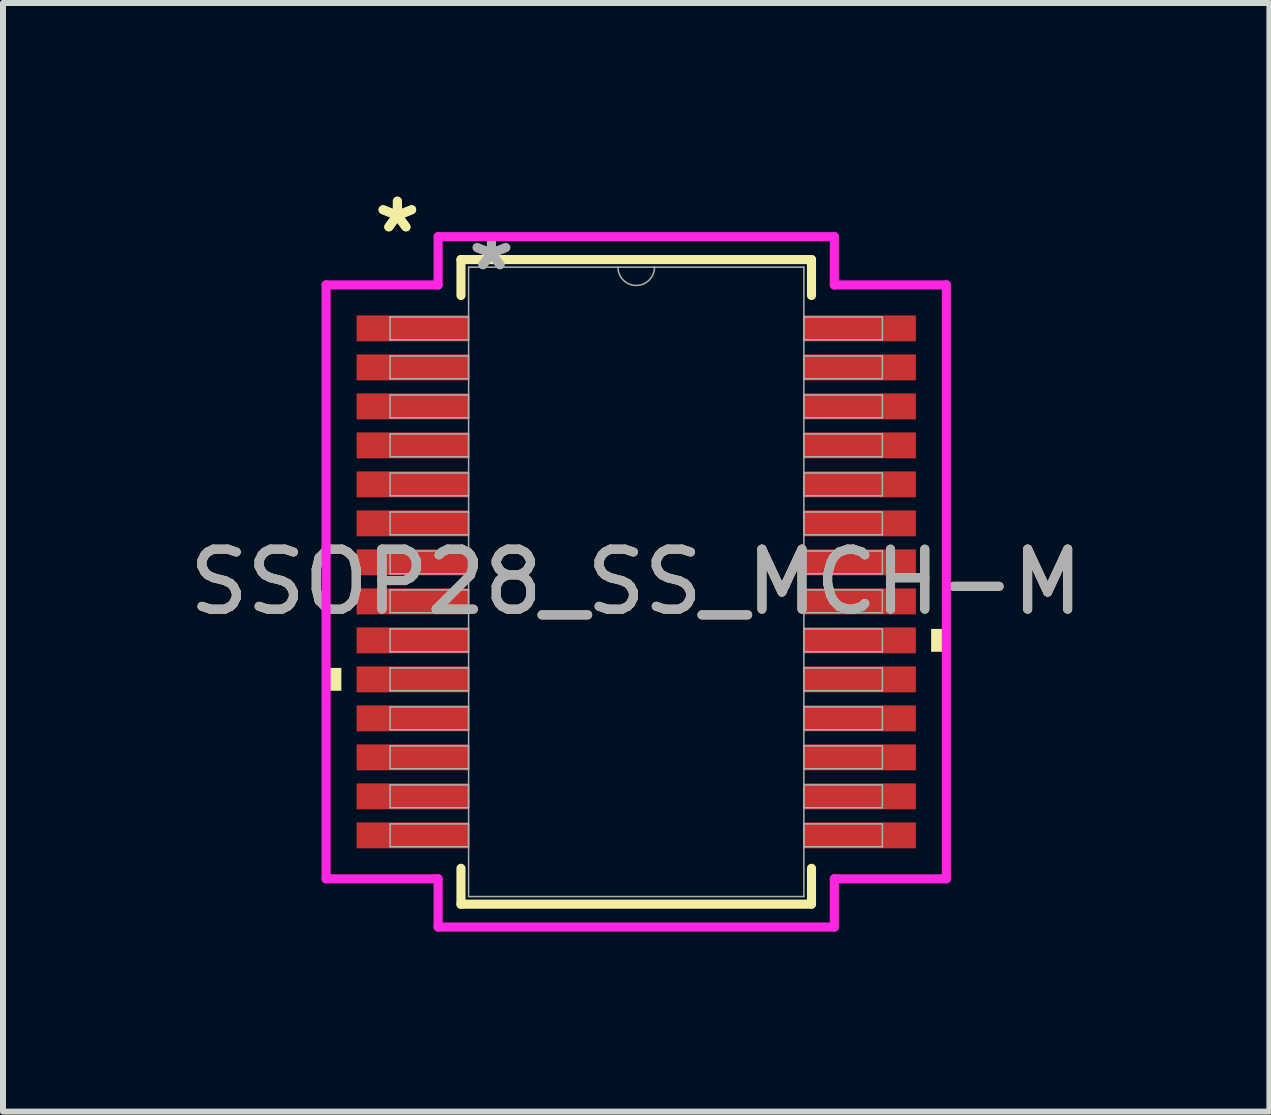
<source format=kicad_pcb>
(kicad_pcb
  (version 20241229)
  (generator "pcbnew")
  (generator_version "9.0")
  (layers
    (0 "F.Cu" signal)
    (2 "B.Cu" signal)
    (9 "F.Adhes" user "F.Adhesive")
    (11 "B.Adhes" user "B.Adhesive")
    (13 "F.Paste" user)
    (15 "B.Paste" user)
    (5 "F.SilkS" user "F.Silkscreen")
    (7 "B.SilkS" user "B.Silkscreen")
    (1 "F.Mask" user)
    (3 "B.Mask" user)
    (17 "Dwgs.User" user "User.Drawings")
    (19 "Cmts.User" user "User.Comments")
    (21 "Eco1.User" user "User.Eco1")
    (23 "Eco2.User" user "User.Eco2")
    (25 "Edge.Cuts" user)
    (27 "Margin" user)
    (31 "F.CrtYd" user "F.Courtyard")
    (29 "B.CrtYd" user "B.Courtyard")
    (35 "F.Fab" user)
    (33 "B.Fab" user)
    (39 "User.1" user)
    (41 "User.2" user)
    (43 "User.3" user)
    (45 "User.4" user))
  (footprint "SSOP28_SS_MCH-M"
    (layer "F.Cu")
    (at 7.554 6.648)
    (property "Reference" "SSOP28_SS_MCH-M" (at 0 0 0) (unlocked yes) (layer "F.SilkS") (effects (font (size 1 1) (thickness 0.15))))
    (attr smd)
    (fp_line (start -2.921 -5.372) (end -2.921 -4.774) (stroke (width 0.152) (type solid)) (layer "F.SilkS"))
    (fp_line (start -2.921 4.774) (end -2.921 5.372) (stroke (width 0.152) (type solid)) (layer "F.SilkS"))
    (fp_line (start -2.921 5.372) (end 2.921 5.372) (stroke (width 0.152) (type solid)) (layer "F.SilkS"))
    (fp_line (start 2.921 -5.372) (end -2.921 -5.372) (stroke (width 0.152) (type solid)) (layer "F.SilkS"))
    (fp_line (start 2.921 -4.774) (end 2.921 -5.372) (stroke (width 0.152) (type solid)) (layer "F.SilkS"))
    (fp_line (start 2.921 5.372) (end 2.921 4.774) (stroke (width 0.152) (type solid)) (layer "F.SilkS"))
    (fp_poly (pts (xy -5.169 1.434) (xy -5.169 1.815) (xy -4.915 1.815) (xy -4.915 1.434)) (stroke (width 0) (type solid)) (fill yes) (layer "F.SilkS"))
    (fp_poly (pts (xy 5.169 0.784) (xy 5.169 1.165) (xy 4.915 1.165) (xy 4.915 0.784)) (stroke (width 0) (type solid)) (fill yes) (layer "F.SilkS"))
    (fp_line (start -5.169 -4.949) (end -3.302 -4.949) (stroke (width 0.152) (type solid)) (layer "F.CrtYd"))
    (fp_line (start -5.169 4.949) (end -5.169 -4.949) (stroke (width 0.152) (type solid)) (layer "F.CrtYd"))
    (fp_line (start -5.169 4.949) (end -3.302 4.949) (stroke (width 0.152) (type solid)) (layer "F.CrtYd"))
    (fp_line (start -3.302 -5.753) (end 3.302 -5.753) (stroke (width 0.152) (type solid)) (layer "F.CrtYd"))
    (fp_line (start -3.302 -4.949) (end -3.302 -5.753) (stroke (width 0.152) (type solid)) (layer "F.CrtYd"))
    (fp_line (start -3.302 5.753) (end -3.302 4.949) (stroke (width 0.152) (type solid)) (layer "F.CrtYd"))
    (fp_line (start 3.302 -5.753) (end 3.302 -4.949) (stroke (width 0.152) (type solid)) (layer "F.CrtYd"))
    (fp_line (start 3.302 4.949) (end 3.302 5.753) (stroke (width 0.152) (type solid)) (layer "F.CrtYd"))
    (fp_line (start 3.302 5.753) (end -3.302 5.753) (stroke (width 0.152) (type solid)) (layer "F.CrtYd"))
    (fp_line (start 5.169 -4.949) (end 3.302 -4.949) (stroke (width 0.152) (type solid)) (layer "F.CrtYd"))
    (fp_line (start 5.169 -4.949) (end 5.169 4.949) (stroke (width 0.152) (type solid)) (layer "F.CrtYd"))
    (fp_line (start 5.169 4.949) (end 3.302 4.949) (stroke (width 0.152) (type solid)) (layer "F.CrtYd"))
    (fp_line (start -4.102 -4.415) (end -4.102 -4.034) (stroke (width 0.025) (type solid)) (layer "F.Fab"))
    (fp_line (start -4.102 -4.034) (end -2.794 -4.034) (stroke (width 0.025) (type solid)) (layer "F.Fab"))
    (fp_line (start -4.102 -3.765) (end -4.102 -3.384) (stroke (width 0.025) (type solid)) (layer "F.Fab"))
    (fp_line (start -4.102 -3.384) (end -2.794 -3.384) (stroke (width 0.025) (type solid)) (layer "F.Fab"))
    (fp_line (start -4.102 -3.115) (end -4.102 -2.734) (stroke (width 0.025) (type solid)) (layer "F.Fab"))
    (fp_line (start -4.102 -2.734) (end -2.794 -2.734) (stroke (width 0.025) (type solid)) (layer "F.Fab"))
    (fp_line (start -4.102 -2.465) (end -4.102 -2.084) (stroke (width 0.025) (type solid)) (layer "F.Fab"))
    (fp_line (start -4.102 -2.084) (end -2.794 -2.084) (stroke (width 0.025) (type solid)) (layer "F.Fab"))
    (fp_line (start -4.102 -1.815) (end -4.102 -1.434) (stroke (width 0.025) (type solid)) (layer "F.Fab"))
    (fp_line (start -4.102 -1.434) (end -2.794 -1.434) (stroke (width 0.025) (type solid)) (layer "F.Fab"))
    (fp_line (start -4.102 -1.165) (end -4.102 -0.784) (stroke (width 0.025) (type solid)) (layer "F.Fab"))
    (fp_line (start -4.102 -0.784) (end -2.794 -0.784) (stroke (width 0.025) (type solid)) (layer "F.Fab"))
    (fp_line (start -4.102 -0.515) (end -4.102 -0.134) (stroke (width 0.025) (type solid)) (layer "F.Fab"))
    (fp_line (start -4.102 -0.134) (end -2.794 -0.134) (stroke (width 0.025) (type solid)) (layer "F.Fab"))
    (fp_line (start -4.102 0.134) (end -4.102 0.515) (stroke (width 0.025) (type solid)) (layer "F.Fab"))
    (fp_line (start -4.102 0.515) (end -2.794 0.515) (stroke (width 0.025) (type solid)) (layer "F.Fab"))
    (fp_line (start -4.102 0.784) (end -4.102 1.165) (stroke (width 0.025) (type solid)) (layer "F.Fab"))
    (fp_line (start -4.102 1.165) (end -2.794 1.165) (stroke (width 0.025) (type solid)) (layer "F.Fab"))
    (fp_line (start -4.102 1.434) (end -4.102 1.815) (stroke (width 0.025) (type solid)) (layer "F.Fab"))
    (fp_line (start -4.102 1.815) (end -2.794 1.815) (stroke (width 0.025) (type solid)) (layer "F.Fab"))
    (fp_line (start -4.102 2.084) (end -4.102 2.465) (stroke (width 0.025) (type solid)) (layer "F.Fab"))
    (fp_line (start -4.102 2.465) (end -2.794 2.465) (stroke (width 0.025) (type solid)) (layer "F.Fab"))
    (fp_line (start -4.102 2.734) (end -4.102 3.115) (stroke (width 0.025) (type solid)) (layer "F.Fab"))
    (fp_line (start -4.102 3.115) (end -2.794 3.115) (stroke (width 0.025) (type solid)) (layer "F.Fab"))
    (fp_line (start -4.102 3.384) (end -4.102 3.765) (stroke (width 0.025) (type solid)) (layer "F.Fab"))
    (fp_line (start -4.102 3.765) (end -2.794 3.765) (stroke (width 0.025) (type solid)) (layer "F.Fab"))
    (fp_line (start -4.102 4.034) (end -4.102 4.415) (stroke (width 0.025) (type solid)) (layer "F.Fab"))
    (fp_line (start -4.102 4.415) (end -2.794 4.415) (stroke (width 0.025) (type solid)) (layer "F.Fab"))
    (fp_line (start -2.794 -5.245) (end -2.794 5.245) (stroke (width 0.025) (type solid)) (layer "F.Fab"))
    (fp_line (start -2.794 -4.415) (end -4.102 -4.415) (stroke (width 0.025) (type solid)) (layer "F.Fab"))
    (fp_line (start -2.794 -4.034) (end -2.794 -4.415) (stroke (width 0.025) (type solid)) (layer "F.Fab"))
    (fp_line (start -2.794 -3.765) (end -4.102 -3.765) (stroke (width 0.025) (type solid)) (layer "F.Fab"))
    (fp_line (start -2.794 -3.384) (end -2.794 -3.765) (stroke (width 0.025) (type solid)) (layer "F.Fab"))
    (fp_line (start -2.794 -3.115) (end -4.102 -3.115) (stroke (width 0.025) (type solid)) (layer "F.Fab"))
    (fp_line (start -2.794 -2.734) (end -2.794 -3.115) (stroke (width 0.025) (type solid)) (layer "F.Fab"))
    (fp_line (start -2.794 -2.465) (end -4.102 -2.465) (stroke (width 0.025) (type solid)) (layer "F.Fab"))
    (fp_line (start -2.794 -2.084) (end -2.794 -2.465) (stroke (width 0.025) (type solid)) (layer "F.Fab"))
    (fp_line (start -2.794 -1.815) (end -4.102 -1.815) (stroke (width 0.025) (type solid)) (layer "F.Fab"))
    (fp_line (start -2.794 -1.434) (end -2.794 -1.815) (stroke (width 0.025) (type solid)) (layer "F.Fab"))
    (fp_line (start -2.794 -1.165) (end -4.102 -1.165) (stroke (width 0.025) (type solid)) (layer "F.Fab"))
    (fp_line (start -2.794 -0.784) (end -2.794 -1.165) (stroke (width 0.025) (type solid)) (layer "F.Fab"))
    (fp_line (start -2.794 -0.515) (end -4.102 -0.515) (stroke (width 0.025) (type solid)) (layer "F.Fab"))
    (fp_line (start -2.794 -0.134) (end -2.794 -0.515) (stroke (width 0.025) (type solid)) (layer "F.Fab"))
    (fp_line (start -2.794 0.134) (end -4.102 0.134) (stroke (width 0.025) (type solid)) (layer "F.Fab"))
    (fp_line (start -2.794 0.515) (end -2.794 0.134) (stroke (width 0.025) (type solid)) (layer "F.Fab"))
    (fp_line (start -2.794 0.784) (end -4.102 0.784) (stroke (width 0.025) (type solid)) (layer "F.Fab"))
    (fp_line (start -2.794 1.165) (end -2.794 0.784) (stroke (width 0.025) (type solid)) (layer "F.Fab"))
    (fp_line (start -2.794 1.434) (end -4.102 1.434) (stroke (width 0.025) (type solid)) (layer "F.Fab"))
    (fp_line (start -2.794 1.815) (end -2.794 1.434) (stroke (width 0.025) (type solid)) (layer "F.Fab"))
    (fp_line (start -2.794 2.084) (end -4.102 2.084) (stroke (width 0.025) (type solid)) (layer "F.Fab"))
    (fp_line (start -2.794 2.465) (end -2.794 2.084) (stroke (width 0.025) (type solid)) (layer "F.Fab"))
    (fp_line (start -2.794 2.734) (end -4.102 2.734) (stroke (width 0.025) (type solid)) (layer "F.Fab"))
    (fp_line (start -2.794 3.115) (end -2.794 2.734) (stroke (width 0.025) (type solid)) (layer "F.Fab"))
    (fp_line (start -2.794 3.384) (end -4.102 3.384) (stroke (width 0.025) (type solid)) (layer "F.Fab"))
    (fp_line (start -2.794 3.765) (end -2.794 3.384) (stroke (width 0.025) (type solid)) (layer "F.Fab"))
    (fp_line (start -2.794 4.034) (end -4.102 4.034) (stroke (width 0.025) (type solid)) (layer "F.Fab"))
    (fp_line (start -2.794 4.415) (end -2.794 4.034) (stroke (width 0.025) (type solid)) (layer "F.Fab"))
    (fp_line (start -2.794 5.245) (end 2.794 5.245) (stroke (width 0.025) (type solid)) (layer "F.Fab"))
    (fp_line (start 2.794 -5.245) (end -2.794 -5.245) (stroke (width 0.025) (type solid)) (layer "F.Fab"))
    (fp_line (start 2.794 -4.415) (end 2.794 -4.034) (stroke (width 0.025) (type solid)) (layer "F.Fab"))
    (fp_line (start 2.794 -4.034) (end 4.102 -4.034) (stroke (width 0.025) (type solid)) (layer "F.Fab"))
    (fp_line (start 2.794 -3.765) (end 2.794 -3.384) (stroke (width 0.025) (type solid)) (layer "F.Fab"))
    (fp_line (start 2.794 -3.384) (end 4.102 -3.384) (stroke (width 0.025) (type solid)) (layer "F.Fab"))
    (fp_line (start 2.794 -3.115) (end 2.794 -2.734) (stroke (width 0.025) (type solid)) (layer "F.Fab"))
    (fp_line (start 2.794 -2.734) (end 4.102 -2.734) (stroke (width 0.025) (type solid)) (layer "F.Fab"))
    (fp_line (start 2.794 -2.465) (end 2.794 -2.084) (stroke (width 0.025) (type solid)) (layer "F.Fab"))
    (fp_line (start 2.794 -2.084) (end 4.102 -2.084) (stroke (width 0.025) (type solid)) (layer "F.Fab"))
    (fp_line (start 2.794 -1.815) (end 2.794 -1.434) (stroke (width 0.025) (type solid)) (layer "F.Fab"))
    (fp_line (start 2.794 -1.434) (end 4.102 -1.434) (stroke (width 0.025) (type solid)) (layer "F.Fab"))
    (fp_line (start 2.794 -1.165) (end 2.794 -0.784) (stroke (width 0.025) (type solid)) (layer "F.Fab"))
    (fp_line (start 2.794 -0.784) (end 4.102 -0.784) (stroke (width 0.025) (type solid)) (layer "F.Fab"))
    (fp_line (start 2.794 -0.515) (end 2.794 -0.134) (stroke (width 0.025) (type solid)) (layer "F.Fab"))
    (fp_line (start 2.794 -0.134) (end 4.102 -0.134) (stroke (width 0.025) (type solid)) (layer "F.Fab"))
    (fp_line (start 2.794 0.134) (end 2.794 0.515) (stroke (width 0.025) (type solid)) (layer "F.Fab"))
    (fp_line (start 2.794 0.515) (end 4.102 0.515) (stroke (width 0.025) (type solid)) (layer "F.Fab"))
    (fp_line (start 2.794 0.784) (end 2.794 1.165) (stroke (width 0.025) (type solid)) (layer "F.Fab"))
    (fp_line (start 2.794 1.165) (end 4.102 1.165) (stroke (width 0.025) (type solid)) (layer "F.Fab"))
    (fp_line (start 2.794 1.434) (end 2.794 1.815) (stroke (width 0.025) (type solid)) (layer "F.Fab"))
    (fp_line (start 2.794 1.815) (end 4.102 1.815) (stroke (width 0.025) (type solid)) (layer "F.Fab"))
    (fp_line (start 2.794 2.084) (end 2.794 2.465) (stroke (width 0.025) (type solid)) (layer "F.Fab"))
    (fp_line (start 2.794 2.465) (end 4.102 2.465) (stroke (width 0.025) (type solid)) (layer "F.Fab"))
    (fp_line (start 2.794 2.734) (end 2.794 3.115) (stroke (width 0.025) (type solid)) (layer "F.Fab"))
    (fp_line (start 2.794 3.115) (end 4.102 3.115) (stroke (width 0.025) (type solid)) (layer "F.Fab"))
    (fp_line (start 2.794 3.384) (end 2.794 3.765) (stroke (width 0.025) (type solid)) (layer "F.Fab"))
    (fp_line (start 2.794 3.765) (end 4.102 3.765) (stroke (width 0.025) (type solid)) (layer "F.Fab"))
    (fp_line (start 2.794 4.034) (end 2.794 4.415) (stroke (width 0.025) (type solid)) (layer "F.Fab"))
    (fp_line (start 2.794 4.415) (end 4.102 4.415) (stroke (width 0.025) (type solid)) (layer "F.Fab"))
    (fp_line (start 2.794 5.245) (end 2.794 -5.245) (stroke (width 0.025) (type solid)) (layer "F.Fab"))
    (fp_line (start 4.102 -4.415) (end 2.794 -4.415) (stroke (width 0.025) (type solid)) (layer "F.Fab"))
    (fp_line (start 4.102 -4.034) (end 4.102 -4.415) (stroke (width 0.025) (type solid)) (layer "F.Fab"))
    (fp_line (start 4.102 -3.765) (end 2.794 -3.765) (stroke (width 0.025) (type solid)) (layer "F.Fab"))
    (fp_line (start 4.102 -3.384) (end 4.102 -3.765) (stroke (width 0.025) (type solid)) (layer "F.Fab"))
    (fp_line (start 4.102 -3.115) (end 2.794 -3.115) (stroke (width 0.025) (type solid)) (layer "F.Fab"))
    (fp_line (start 4.102 -2.734) (end 4.102 -3.115) (stroke (width 0.025) (type solid)) (layer "F.Fab"))
    (fp_line (start 4.102 -2.465) (end 2.794 -2.465) (stroke (width 0.025) (type solid)) (layer "F.Fab"))
    (fp_line (start 4.102 -2.084) (end 4.102 -2.465) (stroke (width 0.025) (type solid)) (layer "F.Fab"))
    (fp_line (start 4.102 -1.815) (end 2.794 -1.815) (stroke (width 0.025) (type solid)) (layer "F.Fab"))
    (fp_line (start 4.102 -1.434) (end 4.102 -1.815) (stroke (width 0.025) (type solid)) (layer "F.Fab"))
    (fp_line (start 4.102 -1.165) (end 2.794 -1.165) (stroke (width 0.025) (type solid)) (layer "F.Fab"))
    (fp_line (start 4.102 -0.784) (end 4.102 -1.165) (stroke (width 0.025) (type solid)) (layer "F.Fab"))
    (fp_line (start 4.102 -0.515) (end 2.794 -0.515) (stroke (width 0.025) (type solid)) (layer "F.Fab"))
    (fp_line (start 4.102 -0.134) (end 4.102 -0.515) (stroke (width 0.025) (type solid)) (layer "F.Fab"))
    (fp_line (start 4.102 0.134) (end 2.794 0.134) (stroke (width 0.025) (type solid)) (layer "F.Fab"))
    (fp_line (start 4.102 0.515) (end 4.102 0.134) (stroke (width 0.025) (type solid)) (layer "F.Fab"))
    (fp_line (start 4.102 0.784) (end 2.794 0.784) (stroke (width 0.025) (type solid)) (layer "F.Fab"))
    (fp_line (start 4.102 1.165) (end 4.102 0.784) (stroke (width 0.025) (type solid)) (layer "F.Fab"))
    (fp_line (start 4.102 1.434) (end 2.794 1.434) (stroke (width 0.025) (type solid)) (layer "F.Fab"))
    (fp_line (start 4.102 1.815) (end 4.102 1.434) (stroke (width 0.025) (type solid)) (layer "F.Fab"))
    (fp_line (start 4.102 2.084) (end 2.794 2.084) (stroke (width 0.025) (type solid)) (layer "F.Fab"))
    (fp_line (start 4.102 2.465) (end 4.102 2.084) (stroke (width 0.025) (type solid)) (layer "F.Fab"))
    (fp_line (start 4.102 2.734) (end 2.794 2.734) (stroke (width 0.025) (type solid)) (layer "F.Fab"))
    (fp_line (start 4.102 3.115) (end 4.102 2.734) (stroke (width 0.025) (type solid)) (layer "F.Fab"))
    (fp_line (start 4.102 3.384) (end 2.794 3.384) (stroke (width 0.025) (type solid)) (layer "F.Fab"))
    (fp_line (start 4.102 3.765) (end 4.102 3.384) (stroke (width 0.025) (type solid)) (layer "F.Fab"))
    (fp_line (start 4.102 4.034) (end 2.794 4.034) (stroke (width 0.025) (type solid)) (layer "F.Fab"))
    (fp_line (start 4.102 4.415) (end 4.102 4.034) (stroke (width 0.025) (type solid)) (layer "F.Fab"))
    (fp_arc (start 0.3048 -5.2451) (mid 0 -4.9403) (end -0.3048 -5.2451) (stroke (width 0.0254) (type solid)) (layer "F.Fab"))
    (fp_text user "*" (at -3.981 -5.8 0) (layer "F.SilkS") (effects (font (size 1 1) (thickness 0.15))))
    (fp_text user "*" (at -3.981 -5.8 0) (unlocked yes) (layer "F.SilkS") (effects (font (size 1 1) (thickness 0.15))))
    (fp_text user "${REFERENCE}" (at 0 0 0) (unlocked yes) (layer "F.Fab") (effects (font (size 1 1) (thickness 0.15))))
    (fp_text user "*" (at -2.413 -5.169 0) (unlocked yes) (layer "F.Fab") (effects (font (size 1 1) (thickness 0.15))))
    (fp_text user "*" (at -2.413 -5.169 0) (layer "F.Fab") (effects (font (size 1 1) (thickness 0.15))))
    (pad "1" smd rect (at -3.727 -4.225) (size 1.867 0.432) (layers "F.Cu" "F.Mask" "F.Paste"))
    (pad "2" smd rect (at -3.727 -3.575) (size 1.867 0.432) (layers "F.Cu" "F.Mask" "F.Paste"))
    (pad "3" smd rect (at -3.727 -2.925) (size 1.867 0.432) (layers "F.Cu" "F.Mask" "F.Paste"))
    (pad "4" smd rect (at -3.727 -2.275) (size 1.867 0.432) (layers "F.Cu" "F.Mask" "F.Paste"))
    (pad "5" smd rect (at -3.727 -1.625) (size 1.867 0.432) (layers "F.Cu" "F.Mask" "F.Paste"))
    (pad "6" smd rect (at -3.727 -0.975) (size 1.867 0.432) (layers "F.Cu" "F.Mask" "F.Paste"))
    (pad "7" smd rect (at -3.727 -0.325) (size 1.867 0.432) (layers "F.Cu" "F.Mask" "F.Paste"))
    (pad "8" smd rect (at -3.727 0.325) (size 1.867 0.432) (layers "F.Cu" "F.Mask" "F.Paste"))
    (pad "9" smd rect (at -3.727 0.975) (size 1.867 0.432) (layers "F.Cu" "F.Mask" "F.Paste"))
    (pad "10" smd rect (at -3.727 1.625) (size 1.867 0.432) (layers "F.Cu" "F.Mask" "F.Paste"))
    (pad "11" smd rect (at -3.727 2.275) (size 1.867 0.432) (layers "F.Cu" "F.Mask" "F.Paste"))
    (pad "12" smd rect (at -3.727 2.925) (size 1.867 0.432) (layers "F.Cu" "F.Mask" "F.Paste"))
    (pad "13" smd rect (at -3.727 3.575) (size 1.867 0.432) (layers "F.Cu" "F.Mask" "F.Paste"))
    (pad "14" smd rect (at -3.727 4.225) (size 1.867 0.432) (layers "F.Cu" "F.Mask" "F.Paste"))
    (pad "15" smd rect (at 3.727 4.225) (size 1.867 0.432) (layers "F.Cu" "F.Mask" "F.Paste"))
    (pad "16" smd rect (at 3.727 3.575) (size 1.867 0.432) (layers "F.Cu" "F.Mask" "F.Paste"))
    (pad "17" smd rect (at 3.727 2.925) (size 1.867 0.432) (layers "F.Cu" "F.Mask" "F.Paste"))
    (pad "18" smd rect (at 3.727 2.275) (size 1.867 0.432) (layers "F.Cu" "F.Mask" "F.Paste"))
    (pad "19" smd rect (at 3.727 1.625) (size 1.867 0.432) (layers "F.Cu" "F.Mask" "F.Paste"))
    (pad "20" smd rect (at 3.727 0.975) (size 1.867 0.432) (layers "F.Cu" "F.Mask" "F.Paste"))
    (pad "21" smd rect (at 3.727 0.325) (size 1.867 0.432) (layers "F.Cu" "F.Mask" "F.Paste"))
    (pad "22" smd rect (at 3.727 -0.325) (size 1.867 0.432) (layers "F.Cu" "F.Mask" "F.Paste"))
    (pad "23" smd rect (at 3.727 -0.975) (size 1.867 0.432) (layers "F.Cu" "F.Mask" "F.Paste"))
    (pad "24" smd rect (at 3.727 -1.625) (size 1.867 0.432) (layers "F.Cu" "F.Mask" "F.Paste"))
    (pad "25" smd rect (at 3.727 -2.275) (size 1.867 0.432) (layers "F.Cu" "F.Mask" "F.Paste"))
    (pad "26" smd rect (at 3.727 -2.925) (size 1.867 0.432) (layers "F.Cu" "F.Mask" "F.Paste"))
    (pad "27" smd rect (at 3.727 -3.575) (size 1.867 0.432) (layers "F.Cu" "F.Mask" "F.Paste"))
    (pad "28" smd rect (at 3.727 -4.225) (size 1.867 0.432) (layers "F.Cu" "F.Mask" "F.Paste")))
  (gr_rect
    (start -3 -3)
    (end 18.107 15.477)
    (stroke (width 0.1) (type default))
    (fill no)
    (layer "Edge.Cuts")))
</source>
